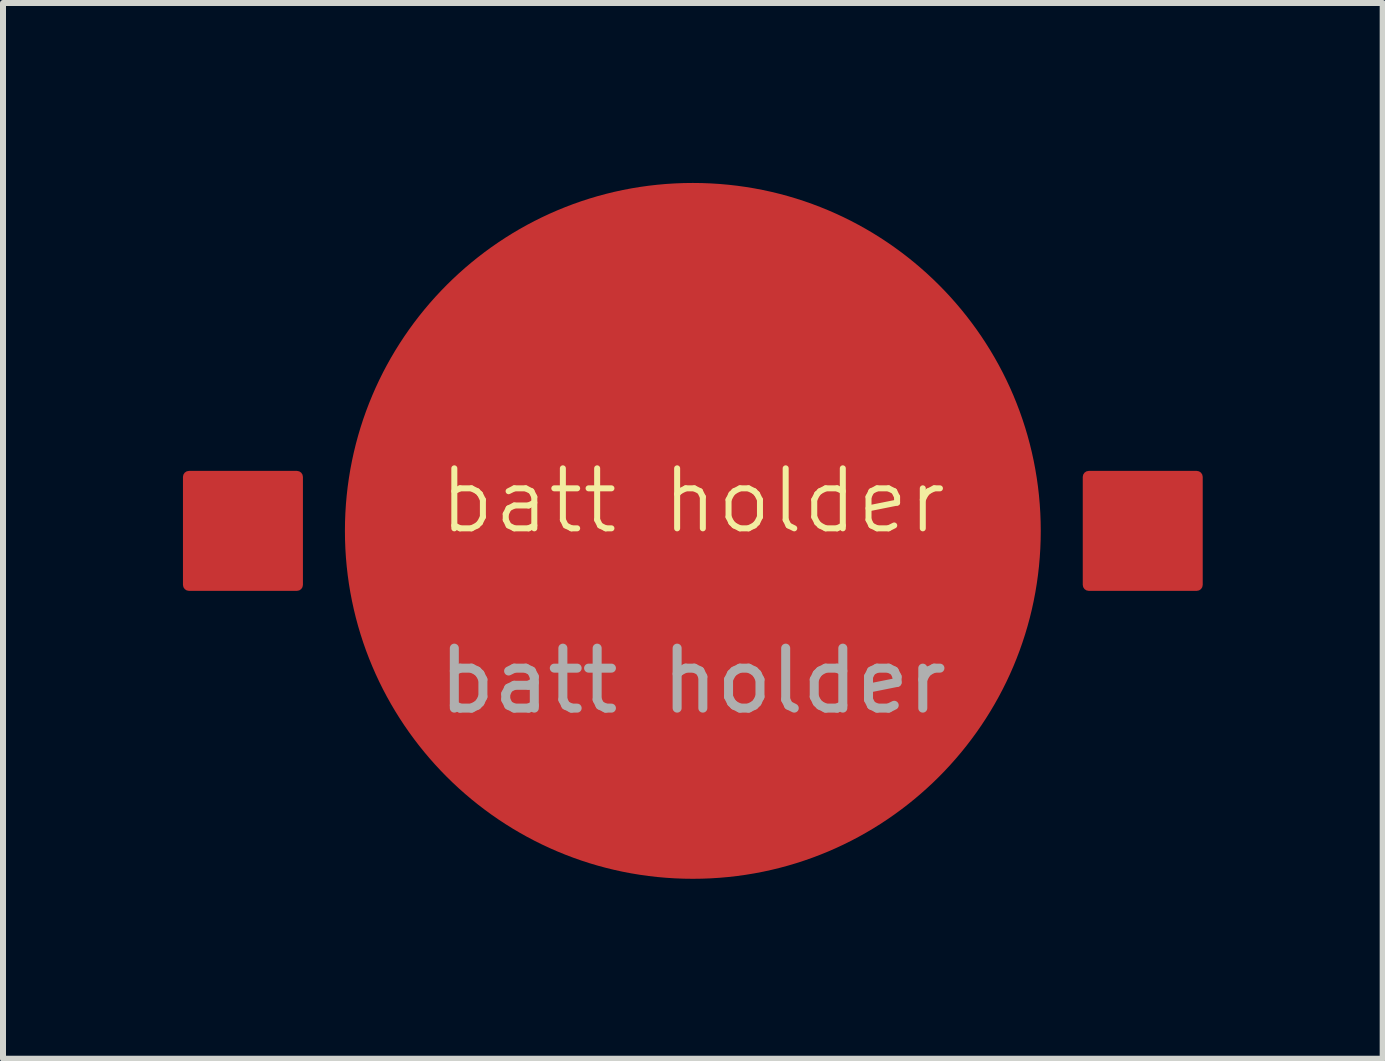
<source format=kicad_pcb>
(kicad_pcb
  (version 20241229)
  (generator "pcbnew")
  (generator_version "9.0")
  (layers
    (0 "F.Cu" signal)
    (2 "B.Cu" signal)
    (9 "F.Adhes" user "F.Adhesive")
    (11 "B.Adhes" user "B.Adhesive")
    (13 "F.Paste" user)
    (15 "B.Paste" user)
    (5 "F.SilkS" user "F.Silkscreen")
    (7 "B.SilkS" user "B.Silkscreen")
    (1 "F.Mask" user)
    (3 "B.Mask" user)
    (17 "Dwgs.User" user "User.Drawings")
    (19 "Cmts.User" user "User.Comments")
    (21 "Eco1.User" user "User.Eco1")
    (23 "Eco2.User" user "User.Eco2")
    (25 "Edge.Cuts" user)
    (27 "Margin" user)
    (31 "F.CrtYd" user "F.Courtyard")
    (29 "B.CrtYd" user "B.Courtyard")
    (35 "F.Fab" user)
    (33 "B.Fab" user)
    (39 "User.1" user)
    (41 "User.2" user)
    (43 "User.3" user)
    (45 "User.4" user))
  (footprint "batt holder"
    (layer "F.Cu")
    (at 8.5 5.8)
    (property "Reference" "batt holder" (at 0 -0.5 0) (unlocked yes) (layer "F.SilkS") (effects (font (size 1 1) (thickness 0.1))))
    (attr smd)
    (fp_text user "${REFERENCE}" (at 0 2.5 0) (unlocked yes) (layer "F.Fab") (effects (font (size 1 1) (thickness 0.15))))
    (pad "1" smd roundrect (at -7.5 0) (size 2 2) (layers "F.Cu" "F.Mask" "F.Paste") (roundrect_rratio 0.05))
    (pad "1" smd roundrect (at 7.5 0) (size 2 2) (layers "F.Cu" "F.Mask" "F.Paste") (roundrect_rratio 0.05))
    (pad "2" smd circle (at 0 0) (size 11.6 11.6) (layers "F.Cu" "F.Mask" "F.Paste")))
  (gr_rect
    (start -3 -3)
    (end 20 14.6)
    (stroke (width 0.1) (type default))
    (fill no)
    (layer "Edge.Cuts")))
</source>
